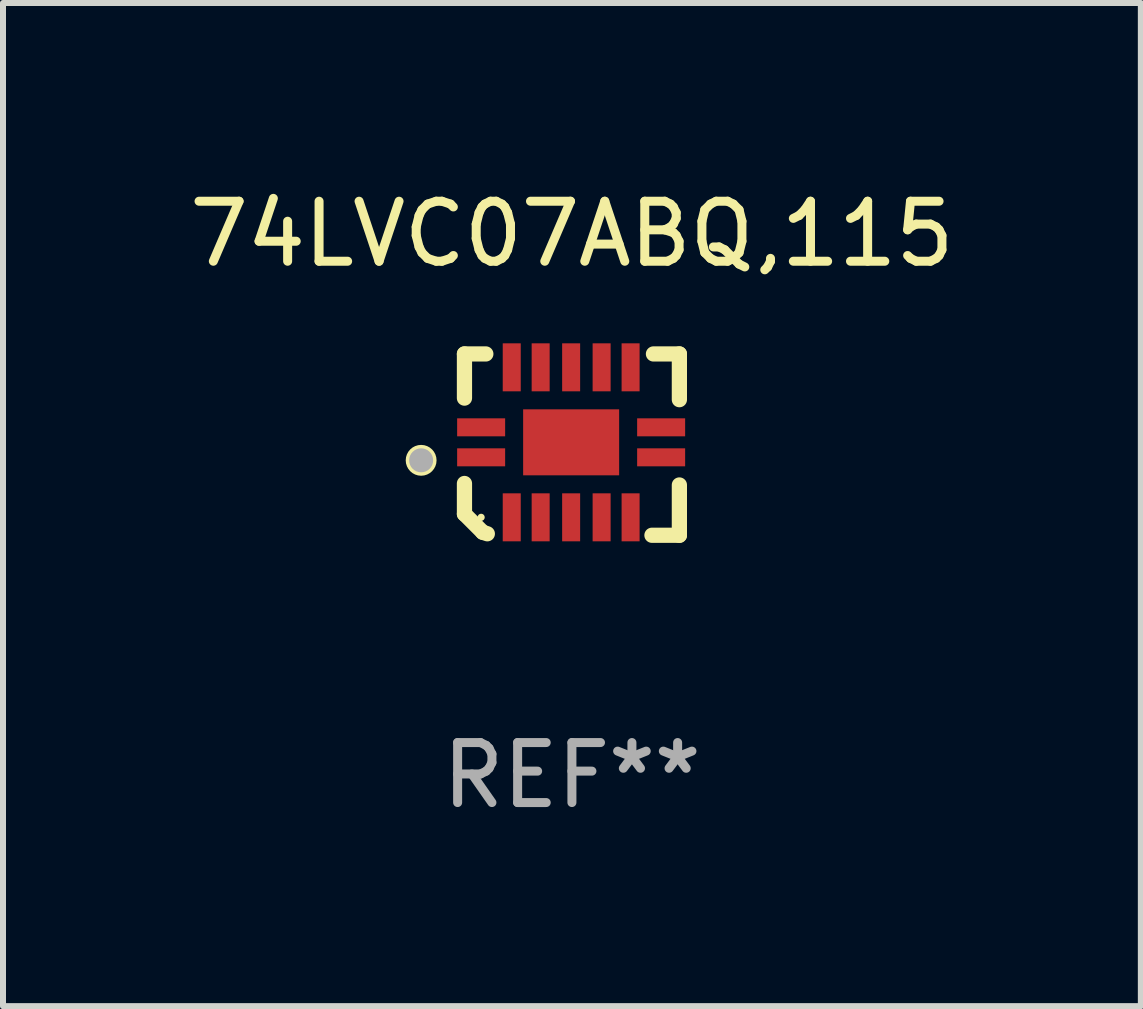
<source format=kicad_pcb>
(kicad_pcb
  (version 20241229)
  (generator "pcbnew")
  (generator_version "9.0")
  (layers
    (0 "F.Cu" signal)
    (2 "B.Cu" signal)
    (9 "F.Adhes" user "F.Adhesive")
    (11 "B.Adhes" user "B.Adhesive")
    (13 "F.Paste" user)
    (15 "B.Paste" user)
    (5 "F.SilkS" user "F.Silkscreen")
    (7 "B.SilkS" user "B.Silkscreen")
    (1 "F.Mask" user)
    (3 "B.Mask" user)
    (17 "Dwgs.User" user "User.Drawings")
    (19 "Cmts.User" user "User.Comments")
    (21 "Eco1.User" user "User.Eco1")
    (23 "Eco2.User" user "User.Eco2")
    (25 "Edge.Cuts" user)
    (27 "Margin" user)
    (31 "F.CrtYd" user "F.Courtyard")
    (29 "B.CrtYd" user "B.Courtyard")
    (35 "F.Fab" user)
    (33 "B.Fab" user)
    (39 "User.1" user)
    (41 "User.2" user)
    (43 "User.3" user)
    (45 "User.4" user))
  (footprint "74LVC07ABQ,115"
    (layer "F.Cu")
    (at 6.482 4.36)
    (property "Reference" "74LVC07ABQ,115" (at 0 -3.511 0) (layer "F.SilkS") (effects (font (size 1 1) (thickness 0.15))))
    (attr through_hole)
    (fp_line (start -1.791 -1.511) (end -1.435 -1.511) (stroke (width 0.254) (type solid)) (layer "F.SilkS"))
    (fp_line (start -1.791 -0.775) (end -1.791 -1.511) (stroke (width 0.254) (type solid)) (layer "F.SilkS"))
    (fp_line (start -1.791 1.156) (end -1.791 0.648) (stroke (width 0.254) (type solid)) (layer "F.SilkS"))
    (fp_line (start -1.486 1.461) (end -1.791 1.156) (stroke (width 0.254) (type solid)) (layer "F.SilkS"))
    (fp_line (start -1.41 1.486) (end -1.486 1.461) (stroke (width 0.254) (type solid)) (layer "F.SilkS"))
    (fp_line (start 1.334 1.511) (end 1.791 1.511) (stroke (width 0.254) (type solid)) (layer "F.SilkS"))
    (fp_line (start 1.791 -1.511) (end 1.359 -1.511) (stroke (width 0.254) (type solid)) (layer "F.SilkS"))
    (fp_line (start 1.791 -0.749) (end 1.791 -1.511) (stroke (width 0.254) (type solid)) (layer "F.SilkS"))
    (fp_line (start 1.791 1.511) (end 1.791 0.673) (stroke (width 0.254) (type solid)) (layer "F.SilkS"))
    (fp_circle (center -2.513 0.262) (end -2.383 0.262) (stroke (width 0.254) (type solid)) (fill no) (layer "F.SilkS"))
    (fp_circle (center -1.513 1.212) (end -1.483 1.212) (stroke (width 0.06) (type solid)) (fill no) (layer "F.SilkS"))
    (fp_circle (center -2.513 0.262) (end -2.413 0.262) (stroke (width 0.2) (type solid)) (fill no) (layer "F.Fab"))
    (fp_text user "REF**" (at 0 5.511 0) (layer "F.Fab") (effects (font (size 1 1) (thickness 0.15))))
    (pad "1" smd rect (at -1.513 0.212) (size 0.8 0.3) (layers "F.Cu" "F.Mask" "F.Paste"))
    (pad "2" smd rect (at -1.003 1.212) (size 0.3 0.8) (layers "F.Cu" "F.Mask" "F.Paste"))
    (pad "3" smd rect (at -0.521 1.212) (size 0.3 0.8) (layers "F.Cu" "F.Mask" "F.Paste"))
    (pad "4" smd rect (at -0.013 1.212) (size 0.3 0.8) (layers "F.Cu" "F.Mask" "F.Paste"))
    (pad "5" smd rect (at 0.495 1.212) (size 0.3 0.8) (layers "F.Cu" "F.Mask" "F.Paste"))
    (pad "6" smd rect (at 0.978 1.212) (size 0.3 0.8) (layers "F.Cu" "F.Mask" "F.Paste"))
    (pad "7" smd rect (at 1.487 0.212) (size 0.8 0.3) (layers "F.Cu" "F.Mask" "F.Paste"))
    (pad "8" smd rect (at 1.487 -0.288) (size 0.8 0.3) (layers "F.Cu" "F.Mask" "F.Paste"))
    (pad "9" smd rect (at 0.978 -1.288) (size 0.3 0.8) (layers "F.Cu" "F.Mask" "F.Paste"))
    (pad "10" smd rect (at 0.495 -1.288) (size 0.3 0.8) (layers "F.Cu" "F.Mask" "F.Paste"))
    (pad "11" smd rect (at -0.013 -1.288) (size 0.3 0.8) (layers "F.Cu" "F.Mask" "F.Paste"))
    (pad "12" smd rect (at -0.521 -1.288) (size 0.3 0.8) (layers "F.Cu" "F.Mask" "F.Paste"))
    (pad "13" smd rect (at -1.003 -1.288) (size 0.3 0.8) (layers "F.Cu" "F.Mask" "F.Paste"))
    (pad "14" smd rect (at -1.513 -0.288) (size 0.8 0.3) (layers "F.Cu" "F.Mask" "F.Paste"))
    (pad "15" smd rect (at -0.013 -0.038 90) (size 1.1 1.6) (layers "F.Cu" "F.Mask" "F.Paste")))
  (gr_rect
    (start -3 -3)
    (end 15.964 13.719)
    (stroke (width 0.1) (type default))
    (fill no)
    (layer "Edge.Cuts")))
</source>
